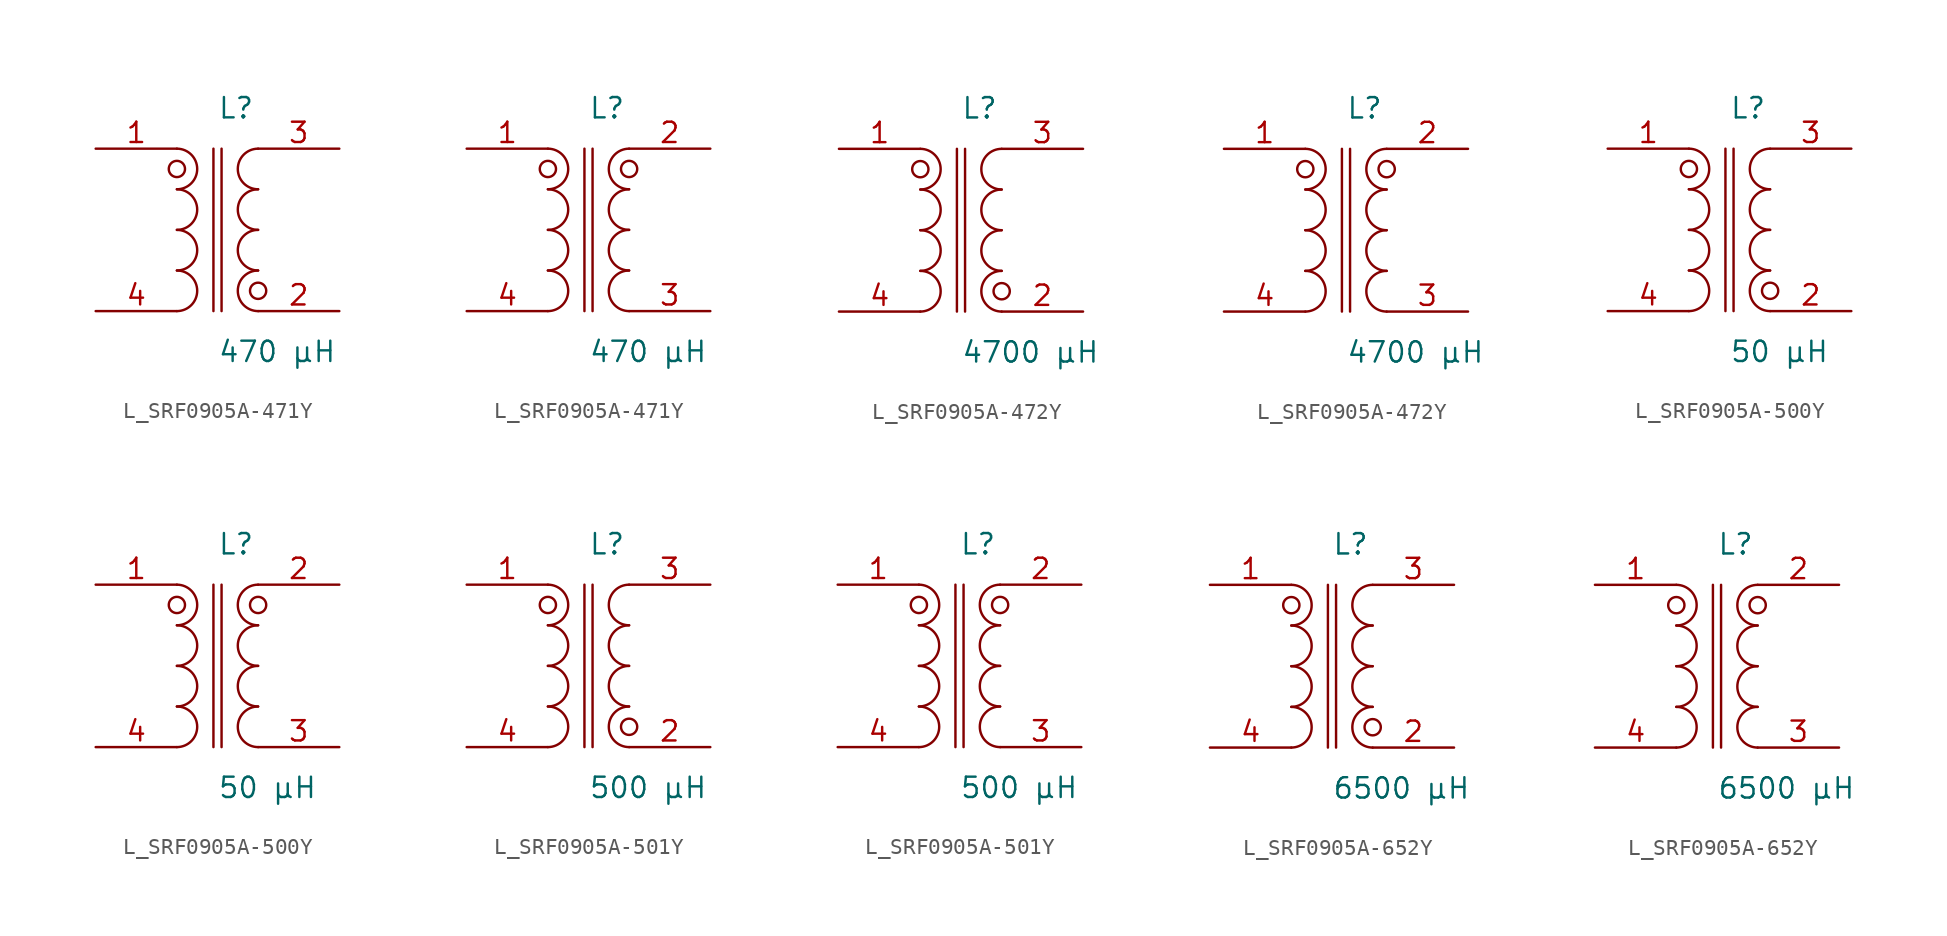
<source format=kicad_sym>
(kicad_symbol_lib
  (version 20231120)
  (generator kicad_symbol_editor)
  (generator_version 8.0)
  (symbol "L_SRF0905A-471Y"
    (pin_names
      (offset 0.254))
    (property "Reference" "L"
      (at 0 7.62 0)
      (effects (font (size 1.27 1.27)) (justify left)))
    (property "Value" "470 µH"
      (at 0 -7.62 0)
      (effects (font (size 1.27 1.27)) (justify left)))
    (symbol "L_SRF0905A-471Y_1_1"
      (arc (start -2.54 -5.08) (mid -1.27 -3.81) (end -2.54 -2.54) (stroke (width 0) (type default)) (fill (type none)))
      (arc (start -2.54 -2.54) (mid -1.27 -1.27) (end -2.54 0.0) (stroke (width 0) (type default)) (fill (type none)))
      (arc (start -2.54 0.0) (mid -1.27 1.27) (end -2.54 2.54) (stroke (width 0) (type default)) (fill (type none)))
      (arc (start -2.54 2.54) (mid -1.27 3.81) (end -2.54 5.08) (stroke (width 0) (type default)) (fill (type none)))
      (arc (start 2.54 -5.08) (mid 1.27 -3.81) (end 2.54 -2.54) (stroke (width 0) (type default)) (fill (type none)))
      (arc (start 2.54 -2.54) (mid 1.27 -1.27) (end 2.54 0.0) (stroke (width 0) (type default)) (fill (type none)))
      (arc (start 2.54 0.0) (mid 1.27 1.27) (end 2.54 2.54) (stroke (width 0) (type default)) (fill (type none)))
      (arc (start 2.54 2.54) (mid 1.27 3.81) (end 2.54 5.08) (stroke (width 0) (type default)) (fill (type none)))
      (circle (center -2.54 3.81) (radius 0.508) (stroke (width 0) (type default)) (fill (type none)))
      (circle (center 2.54 -3.81) (radius 0.508) (stroke (width 0) (type default)) (fill (type none)))
      (polyline (pts (xy -0.254 5.08) (xy -0.254 -5.08)) (stroke (width 0) (type default)) (fill (type none)))
      (polyline (pts (xy 0.254 5.08) (xy 0.254 -5.08)) (stroke (width 0) (type default)) (fill (type none)))
      (pin passive line (at -7.62 5.08 0) (length 5.08) (name "" (effects (font (size 1.27 1.27)))) (number "1" (effects (font (size 1.27 1.27)))))
      (pin passive line (at -7.62 -5.08 0) (length 5.08) (name "" (effects (font (size 1.27 1.27)))) (number "4" (effects (font (size 1.27 1.27)))))
      (pin passive line (at 7.62 -5.08 180) (length 5.08) (name "" (effects (font (size 1.27 1.27)))) (number "2" (effects (font (size 1.27 1.27)))))
      (pin passive line (at 7.62 5.08 180) (length 5.08) (name "" (effects (font (size 1.27 1.27)))) (number "3" (effects (font (size 1.27 1.27))))))
    (symbol "L_SRF0905A-471Y_1_2"
      (arc (start -2.54 -5.08) (mid -1.27 -3.81) (end -2.54 -2.54) (stroke (width 0) (type default)) (fill (type none)))
      (arc (start -2.54 -2.54) (mid -1.27 -1.27) (end -2.54 0.0) (stroke (width 0) (type default)) (fill (type none)))
      (arc (start -2.54 0.0) (mid -1.27 1.27) (end -2.54 2.54) (stroke (width 0) (type default)) (fill (type none)))
      (arc (start -2.54 2.54) (mid -1.27 3.81) (end -2.54 5.08) (stroke (width 0) (type default)) (fill (type none)))
      (arc (start 2.54 -5.08) (mid 1.27 -3.81) (end 2.54 -2.54) (stroke (width 0) (type default)) (fill (type none)))
      (arc (start 2.54 -2.54) (mid 1.27 -1.27) (end 2.54 0.0) (stroke (width 0) (type default)) (fill (type none)))
      (arc (start 2.54 0.0) (mid 1.27 1.27) (end 2.54 2.54) (stroke (width 0) (type default)) (fill (type none)))
      (arc (start 2.54 2.54) (mid 1.27 3.81) (end 2.54 5.08) (stroke (width 0) (type default)) (fill (type none)))
      (circle (center -2.54 3.81) (radius 0.508) (stroke (width 0) (type default)) (fill (type none)))
      (circle (center 2.54 3.81) (radius 0.508) (stroke (width 0) (type default)) (fill (type none)))
      (polyline (pts (xy -0.254 5.08) (xy -0.254 -5.08)) (stroke (width 0) (type default)) (fill (type none)))
      (polyline (pts (xy 0.254 5.08) (xy 0.254 -5.08)) (stroke (width 0) (type default)) (fill (type none)))
      (pin passive line (at -7.62 5.08 0) (length 5.08) (name "" (effects (font (size 1.27 1.27)))) (number "1" (effects (font (size 1.27 1.27)))))
      (pin passive line (at -7.62 -5.08 0) (length 5.08) (name "" (effects (font (size 1.27 1.27)))) (number "4" (effects (font (size 1.27 1.27)))))
      (pin passive line (at 7.62 5.08 180) (length 5.08) (name "" (effects (font (size 1.27 1.27)))) (number "2" (effects (font (size 1.27 1.27)))))
      (pin passive line (at 7.62 -5.08 180) (length 5.08) (name "" (effects (font (size 1.27 1.27)))) (number "3" (effects (font (size 1.27 1.27)))))))
  (symbol "L_SRF0905A-472Y"
    (pin_names
      (offset 0.254))
    (property "Reference" "L"
      (at 0 7.62 0)
      (effects (font (size 1.27 1.27)) (justify left)))
    (property "Value" "4700 µH"
      (at 0 -7.62 0)
      (effects (font (size 1.27 1.27)) (justify left)))
    (symbol "L_SRF0905A-472Y_1_1"
      (arc (start -2.54 -5.08) (mid -1.27 -3.81) (end -2.54 -2.54) (stroke (width 0) (type default)) (fill (type none)))
      (arc (start -2.54 -2.54) (mid -1.27 -1.27) (end -2.54 0.0) (stroke (width 0) (type default)) (fill (type none)))
      (arc (start -2.54 0.0) (mid -1.27 1.27) (end -2.54 2.54) (stroke (width 0) (type default)) (fill (type none)))
      (arc (start -2.54 2.54) (mid -1.27 3.81) (end -2.54 5.08) (stroke (width 0) (type default)) (fill (type none)))
      (arc (start 2.54 -5.08) (mid 1.27 -3.81) (end 2.54 -2.54) (stroke (width 0) (type default)) (fill (type none)))
      (arc (start 2.54 -2.54) (mid 1.27 -1.27) (end 2.54 0.0) (stroke (width 0) (type default)) (fill (type none)))
      (arc (start 2.54 0.0) (mid 1.27 1.27) (end 2.54 2.54) (stroke (width 0) (type default)) (fill (type none)))
      (arc (start 2.54 2.54) (mid 1.27 3.81) (end 2.54 5.08) (stroke (width 0) (type default)) (fill (type none)))
      (circle (center -2.54 3.81) (radius 0.508) (stroke (width 0) (type default)) (fill (type none)))
      (circle (center 2.54 -3.81) (radius 0.508) (stroke (width 0) (type default)) (fill (type none)))
      (polyline (pts (xy -0.254 5.08) (xy -0.254 -5.08)) (stroke (width 0) (type default)) (fill (type none)))
      (polyline (pts (xy 0.254 5.08) (xy 0.254 -5.08)) (stroke (width 0) (type default)) (fill (type none)))
      (pin passive line (at -7.62 5.08 0) (length 5.08) (name "" (effects (font (size 1.27 1.27)))) (number "1" (effects (font (size 1.27 1.27)))))
      (pin passive line (at -7.62 -5.08 0) (length 5.08) (name "" (effects (font (size 1.27 1.27)))) (number "4" (effects (font (size 1.27 1.27)))))
      (pin passive line (at 7.62 -5.08 180) (length 5.08) (name "" (effects (font (size 1.27 1.27)))) (number "2" (effects (font (size 1.27 1.27)))))
      (pin passive line (at 7.62 5.08 180) (length 5.08) (name "" (effects (font (size 1.27 1.27)))) (number "3" (effects (font (size 1.27 1.27))))))
    (symbol "L_SRF0905A-472Y_1_2"
      (arc (start -2.54 -5.08) (mid -1.27 -3.81) (end -2.54 -2.54) (stroke (width 0) (type default)) (fill (type none)))
      (arc (start -2.54 -2.54) (mid -1.27 -1.27) (end -2.54 0.0) (stroke (width 0) (type default)) (fill (type none)))
      (arc (start -2.54 0.0) (mid -1.27 1.27) (end -2.54 2.54) (stroke (width 0) (type default)) (fill (type none)))
      (arc (start -2.54 2.54) (mid -1.27 3.81) (end -2.54 5.08) (stroke (width 0) (type default)) (fill (type none)))
      (arc (start 2.54 -5.08) (mid 1.27 -3.81) (end 2.54 -2.54) (stroke (width 0) (type default)) (fill (type none)))
      (arc (start 2.54 -2.54) (mid 1.27 -1.27) (end 2.54 0.0) (stroke (width 0) (type default)) (fill (type none)))
      (arc (start 2.54 0.0) (mid 1.27 1.27) (end 2.54 2.54) (stroke (width 0) (type default)) (fill (type none)))
      (arc (start 2.54 2.54) (mid 1.27 3.81) (end 2.54 5.08) (stroke (width 0) (type default)) (fill (type none)))
      (circle (center -2.54 3.81) (radius 0.508) (stroke (width 0) (type default)) (fill (type none)))
      (circle (center 2.54 3.81) (radius 0.508) (stroke (width 0) (type default)) (fill (type none)))
      (polyline (pts (xy -0.254 5.08) (xy -0.254 -5.08)) (stroke (width 0) (type default)) (fill (type none)))
      (polyline (pts (xy 0.254 5.08) (xy 0.254 -5.08)) (stroke (width 0) (type default)) (fill (type none)))
      (pin passive line (at -7.62 5.08 0) (length 5.08) (name "" (effects (font (size 1.27 1.27)))) (number "1" (effects (font (size 1.27 1.27)))))
      (pin passive line (at -7.62 -5.08 0) (length 5.08) (name "" (effects (font (size 1.27 1.27)))) (number "4" (effects (font (size 1.27 1.27)))))
      (pin passive line (at 7.62 5.08 180) (length 5.08) (name "" (effects (font (size 1.27 1.27)))) (number "2" (effects (font (size 1.27 1.27)))))
      (pin passive line (at 7.62 -5.08 180) (length 5.08) (name "" (effects (font (size 1.27 1.27)))) (number "3" (effects (font (size 1.27 1.27)))))))
  (symbol "L_SRF0905A-500Y"
    (pin_names
      (offset 0.254))
    (property "Reference" "L"
      (at 0 7.62 0)
      (effects (font (size 1.27 1.27)) (justify left)))
    (property "Value" "50 µH"
      (at 0 -7.62 0)
      (effects (font (size 1.27 1.27)) (justify left)))
    (symbol "L_SRF0905A-500Y_1_1"
      (arc (start -2.54 -5.08) (mid -1.27 -3.81) (end -2.54 -2.54) (stroke (width 0) (type default)) (fill (type none)))
      (arc (start -2.54 -2.54) (mid -1.27 -1.27) (end -2.54 0.0) (stroke (width 0) (type default)) (fill (type none)))
      (arc (start -2.54 0.0) (mid -1.27 1.27) (end -2.54 2.54) (stroke (width 0) (type default)) (fill (type none)))
      (arc (start -2.54 2.54) (mid -1.27 3.81) (end -2.54 5.08) (stroke (width 0) (type default)) (fill (type none)))
      (arc (start 2.54 -5.08) (mid 1.27 -3.81) (end 2.54 -2.54) (stroke (width 0) (type default)) (fill (type none)))
      (arc (start 2.54 -2.54) (mid 1.27 -1.27) (end 2.54 0.0) (stroke (width 0) (type default)) (fill (type none)))
      (arc (start 2.54 0.0) (mid 1.27 1.27) (end 2.54 2.54) (stroke (width 0) (type default)) (fill (type none)))
      (arc (start 2.54 2.54) (mid 1.27 3.81) (end 2.54 5.08) (stroke (width 0) (type default)) (fill (type none)))
      (circle (center -2.54 3.81) (radius 0.508) (stroke (width 0) (type default)) (fill (type none)))
      (circle (center 2.54 -3.81) (radius 0.508) (stroke (width 0) (type default)) (fill (type none)))
      (polyline (pts (xy -0.254 5.08) (xy -0.254 -5.08)) (stroke (width 0) (type default)) (fill (type none)))
      (polyline (pts (xy 0.254 5.08) (xy 0.254 -5.08)) (stroke (width 0) (type default)) (fill (type none)))
      (pin passive line (at -7.62 5.08 0) (length 5.08) (name "" (effects (font (size 1.27 1.27)))) (number "1" (effects (font (size 1.27 1.27)))))
      (pin passive line (at -7.62 -5.08 0) (length 5.08) (name "" (effects (font (size 1.27 1.27)))) (number "4" (effects (font (size 1.27 1.27)))))
      (pin passive line (at 7.62 -5.08 180) (length 5.08) (name "" (effects (font (size 1.27 1.27)))) (number "2" (effects (font (size 1.27 1.27)))))
      (pin passive line (at 7.62 5.08 180) (length 5.08) (name "" (effects (font (size 1.27 1.27)))) (number "3" (effects (font (size 1.27 1.27))))))
    (symbol "L_SRF0905A-500Y_1_2"
      (arc (start -2.54 -5.08) (mid -1.27 -3.81) (end -2.54 -2.54) (stroke (width 0) (type default)) (fill (type none)))
      (arc (start -2.54 -2.54) (mid -1.27 -1.27) (end -2.54 0.0) (stroke (width 0) (type default)) (fill (type none)))
      (arc (start -2.54 0.0) (mid -1.27 1.27) (end -2.54 2.54) (stroke (width 0) (type default)) (fill (type none)))
      (arc (start -2.54 2.54) (mid -1.27 3.81) (end -2.54 5.08) (stroke (width 0) (type default)) (fill (type none)))
      (arc (start 2.54 -5.08) (mid 1.27 -3.81) (end 2.54 -2.54) (stroke (width 0) (type default)) (fill (type none)))
      (arc (start 2.54 -2.54) (mid 1.27 -1.27) (end 2.54 0.0) (stroke (width 0) (type default)) (fill (type none)))
      (arc (start 2.54 0.0) (mid 1.27 1.27) (end 2.54 2.54) (stroke (width 0) (type default)) (fill (type none)))
      (arc (start 2.54 2.54) (mid 1.27 3.81) (end 2.54 5.08) (stroke (width 0) (type default)) (fill (type none)))
      (circle (center -2.54 3.81) (radius 0.508) (stroke (width 0) (type default)) (fill (type none)))
      (circle (center 2.54 3.81) (radius 0.508) (stroke (width 0) (type default)) (fill (type none)))
      (polyline (pts (xy -0.254 5.08) (xy -0.254 -5.08)) (stroke (width 0) (type default)) (fill (type none)))
      (polyline (pts (xy 0.254 5.08) (xy 0.254 -5.08)) (stroke (width 0) (type default)) (fill (type none)))
      (pin passive line (at -7.62 5.08 0) (length 5.08) (name "" (effects (font (size 1.27 1.27)))) (number "1" (effects (font (size 1.27 1.27)))))
      (pin passive line (at -7.62 -5.08 0) (length 5.08) (name "" (effects (font (size 1.27 1.27)))) (number "4" (effects (font (size 1.27 1.27)))))
      (pin passive line (at 7.62 5.08 180) (length 5.08) (name "" (effects (font (size 1.27 1.27)))) (number "2" (effects (font (size 1.27 1.27)))))
      (pin passive line (at 7.62 -5.08 180) (length 5.08) (name "" (effects (font (size 1.27 1.27)))) (number "3" (effects (font (size 1.27 1.27)))))))
  (symbol "L_SRF0905A-501Y"
    (pin_names
      (offset 0.254))
    (property "Reference" "L"
      (at 0 7.62 0)
      (effects (font (size 1.27 1.27)) (justify left)))
    (property "Value" "500 µH"
      (at 0 -7.62 0)
      (effects (font (size 1.27 1.27)) (justify left)))
    (symbol "L_SRF0905A-501Y_1_1"
      (arc (start -2.54 -5.08) (mid -1.27 -3.81) (end -2.54 -2.54) (stroke (width 0) (type default)) (fill (type none)))
      (arc (start -2.54 -2.54) (mid -1.27 -1.27) (end -2.54 0.0) (stroke (width 0) (type default)) (fill (type none)))
      (arc (start -2.54 0.0) (mid -1.27 1.27) (end -2.54 2.54) (stroke (width 0) (type default)) (fill (type none)))
      (arc (start -2.54 2.54) (mid -1.27 3.81) (end -2.54 5.08) (stroke (width 0) (type default)) (fill (type none)))
      (arc (start 2.54 -5.08) (mid 1.27 -3.81) (end 2.54 -2.54) (stroke (width 0) (type default)) (fill (type none)))
      (arc (start 2.54 -2.54) (mid 1.27 -1.27) (end 2.54 0.0) (stroke (width 0) (type default)) (fill (type none)))
      (arc (start 2.54 0.0) (mid 1.27 1.27) (end 2.54 2.54) (stroke (width 0) (type default)) (fill (type none)))
      (arc (start 2.54 2.54) (mid 1.27 3.81) (end 2.54 5.08) (stroke (width 0) (type default)) (fill (type none)))
      (circle (center -2.54 3.81) (radius 0.508) (stroke (width 0) (type default)) (fill (type none)))
      (circle (center 2.54 -3.81) (radius 0.508) (stroke (width 0) (type default)) (fill (type none)))
      (polyline (pts (xy -0.254 5.08) (xy -0.254 -5.08)) (stroke (width 0) (type default)) (fill (type none)))
      (polyline (pts (xy 0.254 5.08) (xy 0.254 -5.08)) (stroke (width 0) (type default)) (fill (type none)))
      (pin passive line (at -7.62 5.08 0) (length 5.08) (name "" (effects (font (size 1.27 1.27)))) (number "1" (effects (font (size 1.27 1.27)))))
      (pin passive line (at -7.62 -5.08 0) (length 5.08) (name "" (effects (font (size 1.27 1.27)))) (number "4" (effects (font (size 1.27 1.27)))))
      (pin passive line (at 7.62 -5.08 180) (length 5.08) (name "" (effects (font (size 1.27 1.27)))) (number "2" (effects (font (size 1.27 1.27)))))
      (pin passive line (at 7.62 5.08 180) (length 5.08) (name "" (effects (font (size 1.27 1.27)))) (number "3" (effects (font (size 1.27 1.27))))))
    (symbol "L_SRF0905A-501Y_1_2"
      (arc (start -2.54 -5.08) (mid -1.27 -3.81) (end -2.54 -2.54) (stroke (width 0) (type default)) (fill (type none)))
      (arc (start -2.54 -2.54) (mid -1.27 -1.27) (end -2.54 0.0) (stroke (width 0) (type default)) (fill (type none)))
      (arc (start -2.54 0.0) (mid -1.27 1.27) (end -2.54 2.54) (stroke (width 0) (type default)) (fill (type none)))
      (arc (start -2.54 2.54) (mid -1.27 3.81) (end -2.54 5.08) (stroke (width 0) (type default)) (fill (type none)))
      (arc (start 2.54 -5.08) (mid 1.27 -3.81) (end 2.54 -2.54) (stroke (width 0) (type default)) (fill (type none)))
      (arc (start 2.54 -2.54) (mid 1.27 -1.27) (end 2.54 0.0) (stroke (width 0) (type default)) (fill (type none)))
      (arc (start 2.54 0.0) (mid 1.27 1.27) (end 2.54 2.54) (stroke (width 0) (type default)) (fill (type none)))
      (arc (start 2.54 2.54) (mid 1.27 3.81) (end 2.54 5.08) (stroke (width 0) (type default)) (fill (type none)))
      (circle (center -2.54 3.81) (radius 0.508) (stroke (width 0) (type default)) (fill (type none)))
      (circle (center 2.54 3.81) (radius 0.508) (stroke (width 0) (type default)) (fill (type none)))
      (polyline (pts (xy -0.254 5.08) (xy -0.254 -5.08)) (stroke (width 0) (type default)) (fill (type none)))
      (polyline (pts (xy 0.254 5.08) (xy 0.254 -5.08)) (stroke (width 0) (type default)) (fill (type none)))
      (pin passive line (at -7.62 5.08 0) (length 5.08) (name "" (effects (font (size 1.27 1.27)))) (number "1" (effects (font (size 1.27 1.27)))))
      (pin passive line (at -7.62 -5.08 0) (length 5.08) (name "" (effects (font (size 1.27 1.27)))) (number "4" (effects (font (size 1.27 1.27)))))
      (pin passive line (at 7.62 5.08 180) (length 5.08) (name "" (effects (font (size 1.27 1.27)))) (number "2" (effects (font (size 1.27 1.27)))))
      (pin passive line (at 7.62 -5.08 180) (length 5.08) (name "" (effects (font (size 1.27 1.27)))) (number "3" (effects (font (size 1.27 1.27)))))))
  (symbol "L_SRF0905A-652Y"
    (pin_names
      (offset 0.254))
    (property "Reference" "L"
      (at 0 7.62 0)
      (effects (font (size 1.27 1.27)) (justify left)))
    (property "Value" "6500 µH"
      (at 0 -7.62 0)
      (effects (font (size 1.27 1.27)) (justify left)))
    (symbol "L_SRF0905A-652Y_1_1"
      (arc (start -2.54 -5.08) (mid -1.27 -3.81) (end -2.54 -2.54) (stroke (width 0) (type default)) (fill (type none)))
      (arc (start -2.54 -2.54) (mid -1.27 -1.27) (end -2.54 0.0) (stroke (width 0) (type default)) (fill (type none)))
      (arc (start -2.54 0.0) (mid -1.27 1.27) (end -2.54 2.54) (stroke (width 0) (type default)) (fill (type none)))
      (arc (start -2.54 2.54) (mid -1.27 3.81) (end -2.54 5.08) (stroke (width 0) (type default)) (fill (type none)))
      (arc (start 2.54 -5.08) (mid 1.27 -3.81) (end 2.54 -2.54) (stroke (width 0) (type default)) (fill (type none)))
      (arc (start 2.54 -2.54) (mid 1.27 -1.27) (end 2.54 0.0) (stroke (width 0) (type default)) (fill (type none)))
      (arc (start 2.54 0.0) (mid 1.27 1.27) (end 2.54 2.54) (stroke (width 0) (type default)) (fill (type none)))
      (arc (start 2.54 2.54) (mid 1.27 3.81) (end 2.54 5.08) (stroke (width 0) (type default)) (fill (type none)))
      (circle (center -2.54 3.81) (radius 0.508) (stroke (width 0) (type default)) (fill (type none)))
      (circle (center 2.54 -3.81) (radius 0.508) (stroke (width 0) (type default)) (fill (type none)))
      (polyline (pts (xy -0.254 5.08) (xy -0.254 -5.08)) (stroke (width 0) (type default)) (fill (type none)))
      (polyline (pts (xy 0.254 5.08) (xy 0.254 -5.08)) (stroke (width 0) (type default)) (fill (type none)))
      (pin passive line (at -7.62 5.08 0) (length 5.08) (name "" (effects (font (size 1.27 1.27)))) (number "1" (effects (font (size 1.27 1.27)))))
      (pin passive line (at -7.62 -5.08 0) (length 5.08) (name "" (effects (font (size 1.27 1.27)))) (number "4" (effects (font (size 1.27 1.27)))))
      (pin passive line (at 7.62 -5.08 180) (length 5.08) (name "" (effects (font (size 1.27 1.27)))) (number "2" (effects (font (size 1.27 1.27)))))
      (pin passive line (at 7.62 5.08 180) (length 5.08) (name "" (effects (font (size 1.27 1.27)))) (number "3" (effects (font (size 1.27 1.27))))))
    (symbol "L_SRF0905A-652Y_1_2"
      (arc (start -2.54 -5.08) (mid -1.27 -3.81) (end -2.54 -2.54) (stroke (width 0) (type default)) (fill (type none)))
      (arc (start -2.54 -2.54) (mid -1.27 -1.27) (end -2.54 0.0) (stroke (width 0) (type default)) (fill (type none)))
      (arc (start -2.54 0.0) (mid -1.27 1.27) (end -2.54 2.54) (stroke (width 0) (type default)) (fill (type none)))
      (arc (start -2.54 2.54) (mid -1.27 3.81) (end -2.54 5.08) (stroke (width 0) (type default)) (fill (type none)))
      (arc (start 2.54 -5.08) (mid 1.27 -3.81) (end 2.54 -2.54) (stroke (width 0) (type default)) (fill (type none)))
      (arc (start 2.54 -2.54) (mid 1.27 -1.27) (end 2.54 0.0) (stroke (width 0) (type default)) (fill (type none)))
      (arc (start 2.54 0.0) (mid 1.27 1.27) (end 2.54 2.54) (stroke (width 0) (type default)) (fill (type none)))
      (arc (start 2.54 2.54) (mid 1.27 3.81) (end 2.54 5.08) (stroke (width 0) (type default)) (fill (type none)))
      (circle (center -2.54 3.81) (radius 0.508) (stroke (width 0) (type default)) (fill (type none)))
      (circle (center 2.54 3.81) (radius 0.508) (stroke (width 0) (type default)) (fill (type none)))
      (polyline (pts (xy -0.254 5.08) (xy -0.254 -5.08)) (stroke (width 0) (type default)) (fill (type none)))
      (polyline (pts (xy 0.254 5.08) (xy 0.254 -5.08)) (stroke (width 0) (type default)) (fill (type none)))
      (pin passive line (at -7.62 5.08 0) (length 5.08) (name "" (effects (font (size 1.27 1.27)))) (number "1" (effects (font (size 1.27 1.27)))))
      (pin passive line (at -7.62 -5.08 0) (length 5.08) (name "" (effects (font (size 1.27 1.27)))) (number "4" (effects (font (size 1.27 1.27)))))
      (pin passive line (at 7.62 5.08 180) (length 5.08) (name "" (effects (font (size 1.27 1.27)))) (number "2" (effects (font (size 1.27 1.27)))))
      (pin passive line (at 7.62 -5.08 180) (length 5.08) (name "" (effects (font (size 1.27 1.27)))) (number "3" (effects (font (size 1.27 1.27))))))))
</source>
